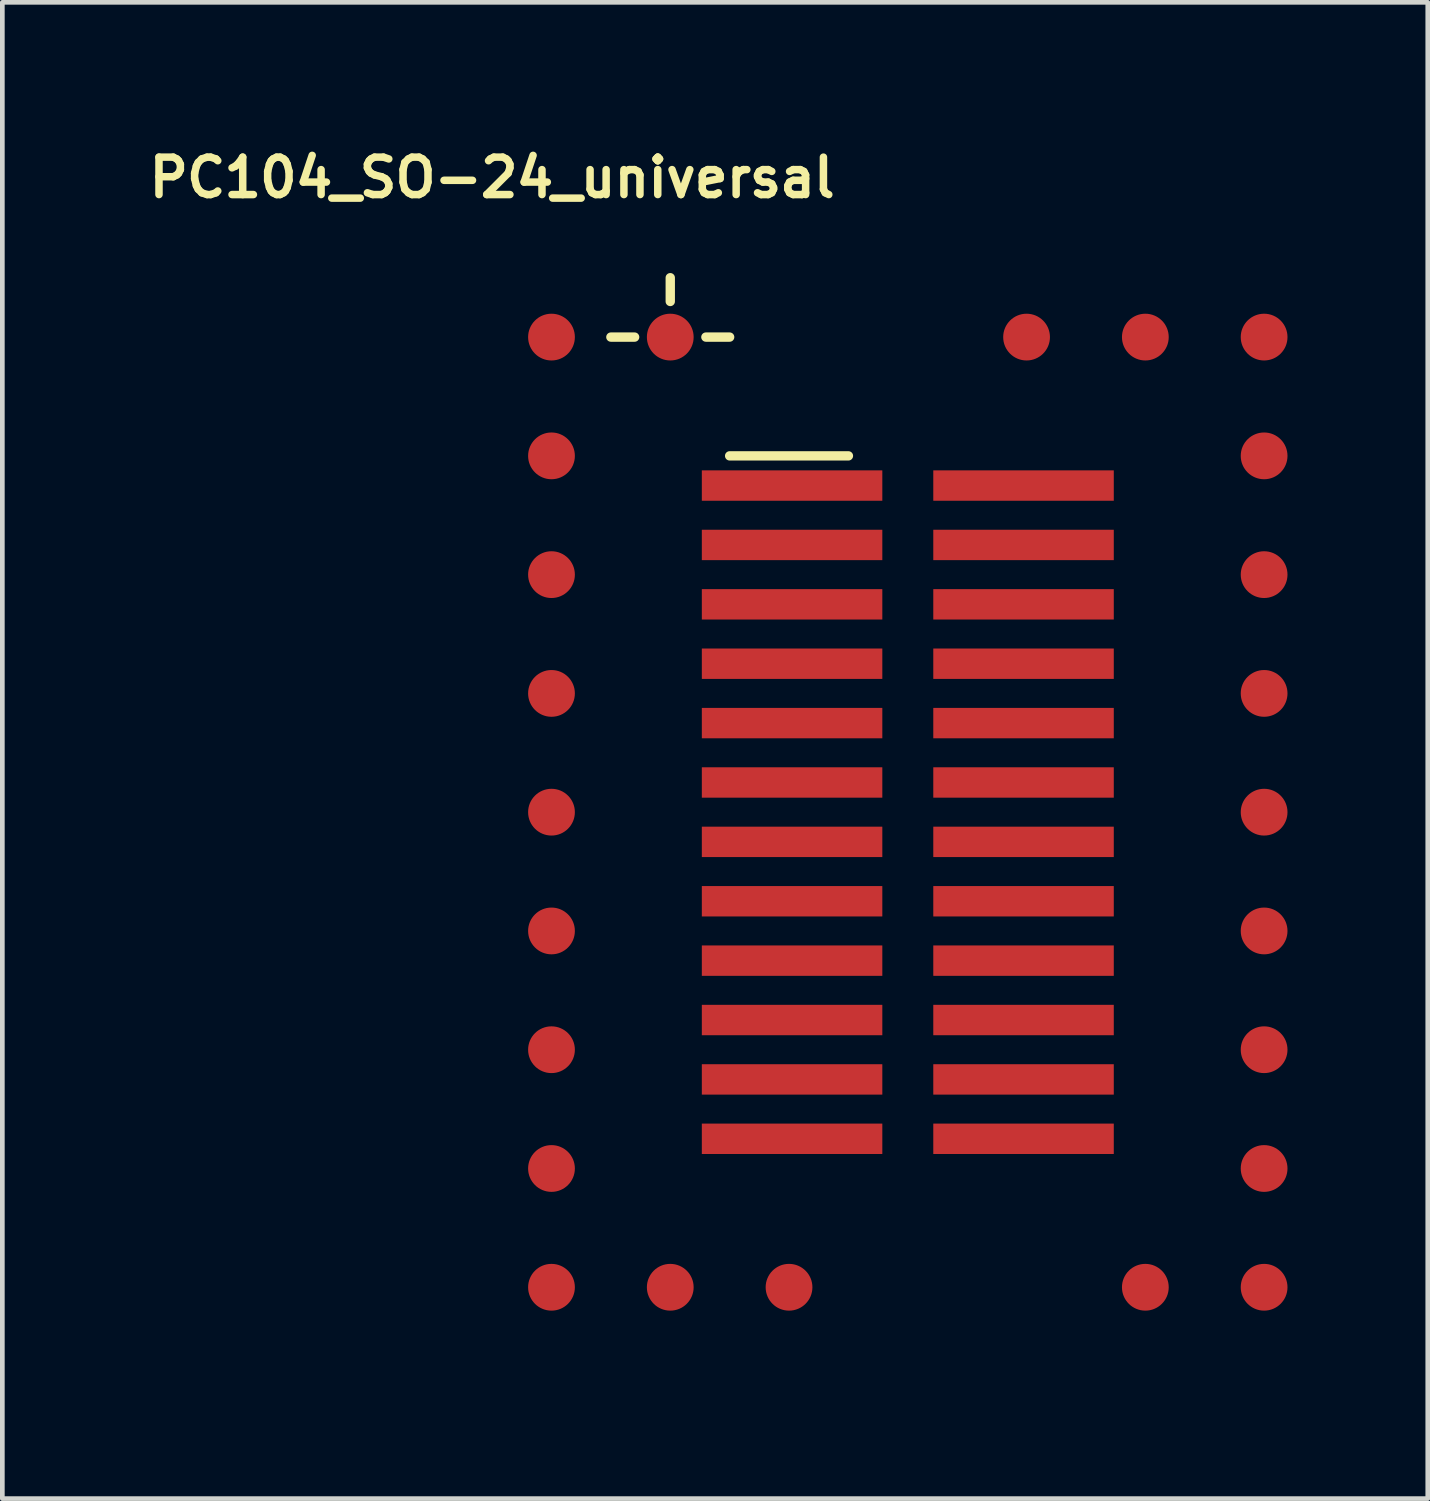
<source format=kicad_pcb>
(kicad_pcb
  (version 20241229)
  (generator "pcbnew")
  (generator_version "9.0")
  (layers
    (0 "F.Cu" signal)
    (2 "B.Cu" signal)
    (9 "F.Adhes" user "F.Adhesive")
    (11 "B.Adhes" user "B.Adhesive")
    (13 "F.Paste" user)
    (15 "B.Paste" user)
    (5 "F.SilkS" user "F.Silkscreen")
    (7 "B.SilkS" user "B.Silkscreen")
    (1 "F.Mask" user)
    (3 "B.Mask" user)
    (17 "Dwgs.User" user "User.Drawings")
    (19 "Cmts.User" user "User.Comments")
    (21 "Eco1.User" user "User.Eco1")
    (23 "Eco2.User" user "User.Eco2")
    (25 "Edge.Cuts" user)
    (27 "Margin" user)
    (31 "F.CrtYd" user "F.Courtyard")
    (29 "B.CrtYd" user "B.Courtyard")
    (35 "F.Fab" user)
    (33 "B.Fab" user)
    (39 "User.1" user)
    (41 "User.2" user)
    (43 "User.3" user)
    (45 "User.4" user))
  (footprint "PC104_SO-24_universal"
    (layer "F.Cu")
    (at 7.474 25.749)
    (property "Reference" "PC104_SO-24_universal" (at 0 -25 0) (layer "F.SilkS") (effects (font (size 0.8 0.8) (thickness 0.16))))
    (attr through_hole)
    (fp_line (start 2.54 -21.59) (end 3.048 -21.59) (stroke (width 0.2) (type solid)) (layer "F.SilkS"))
    (fp_line (start 3.81 -22.86) (end 3.81 -22.352) (stroke (width 0.2) (type solid)) (layer "F.SilkS"))
    (fp_line (start 4.572 -21.59) (end 5.08 -21.59) (stroke (width 0.2) (type solid)) (layer "F.SilkS"))
    (fp_line (start 5.08 -19.05) (end 7.62 -19.05) (stroke (width 0.2) (type solid)) (layer "F.SilkS"))
    (pad "1" smd circle (at 3.81 -21.59) (size 1 1) (layers "F.Cu" "F.Mask"))
    (pad "1" smd rect (at 6.415 -18.415 180) (size 3.86 0.65) (layers "F.Cu" "F.Mask"))
    (pad "2" smd circle (at 1.27 -21.59) (size 1 1) (layers "F.Cu" "F.Mask"))
    (pad "2" smd rect (at 6.415 -17.145 180) (size 3.86 0.65) (layers "F.Cu" "F.Mask"))
    (pad "3" smd circle (at 1.27 -19.05) (size 1 1) (layers "F.Cu" "F.Mask"))
    (pad "3" smd rect (at 6.415 -15.875 180) (size 3.86 0.65) (layers "F.Cu" "F.Mask"))
    (pad "4" smd circle (at 1.27 -16.51) (size 1 1) (layers "F.Cu" "F.Mask"))
    (pad "4" smd rect (at 6.415 -14.605 180) (size 3.86 0.65) (layers "F.Cu" "F.Mask"))
    (pad "5" smd circle (at 1.27 -13.97) (size 1 1) (layers "F.Cu" "F.Mask"))
    (pad "5" smd rect (at 6.415 -13.335 180) (size 3.86 0.65) (layers "F.Cu" "F.Mask"))
    (pad "6" smd circle (at 1.27 -11.43) (size 1 1) (layers "F.Cu" "F.Mask"))
    (pad "6" smd rect (at 6.415 -12.065 180) (size 3.86 0.65) (layers "F.Cu" "F.Mask"))
    (pad "7" smd circle (at 1.27 -8.89) (size 1 1) (layers "F.Cu" "F.Mask"))
    (pad "7" smd rect (at 6.415 -10.795 180) (size 3.86 0.65) (layers "F.Cu" "F.Mask"))
    (pad "8" smd circle (at 1.27 -6.35) (size 1 1) (layers "F.Cu" "F.Mask"))
    (pad "8" smd rect (at 6.415 -9.525 180) (size 3.86 0.65) (layers "F.Cu" "F.Mask"))
    (pad "9" smd circle (at 1.27 -3.81) (size 1 1) (layers "F.Cu" "F.Mask"))
    (pad "9" smd rect (at 6.415 -8.255 180) (size 3.86 0.65) (layers "F.Cu" "F.Mask"))
    (pad "10" smd circle (at 1.27 -1.27) (size 1 1) (layers "F.Cu" "F.Mask"))
    (pad "10" smd rect (at 6.415 -6.985 180) (size 3.86 0.65) (layers "F.Cu" "F.Mask"))
    (pad "11" smd circle (at 3.81 -1.27) (size 1 1) (layers "F.Cu" "F.Mask"))
    (pad "11" smd rect (at 6.415 -5.715 180) (size 3.86 0.65) (layers "F.Cu" "F.Mask"))
    (pad "12" smd circle (at 6.35 -1.27) (size 1 1) (layers "F.Cu" "F.Mask"))
    (pad "12" smd rect (at 6.415 -4.445 180) (size 3.86 0.65) (layers "F.Cu" "F.Mask"))
    (pad "13" smd rect (at 11.365 -4.445 180) (size 3.86 0.65) (layers "F.Cu" "F.Mask"))
    (pad "13" smd circle (at 13.97 -1.27) (size 1 1) (layers "F.Cu" "F.Mask"))
    (pad "14" smd rect (at 11.365 -5.715 180) (size 3.86 0.65) (layers "F.Cu" "F.Mask"))
    (pad "14" smd circle (at 16.51 -1.27) (size 1 1) (layers "F.Cu" "F.Mask"))
    (pad "15" smd rect (at 11.365 -6.985 180) (size 3.86 0.65) (layers "F.Cu" "F.Mask"))
    (pad "15" smd circle (at 16.51 -3.81) (size 1 1) (layers "F.Cu" "F.Mask"))
    (pad "16" smd rect (at 11.365 -8.255 180) (size 3.86 0.65) (layers "F.Cu" "F.Mask"))
    (pad "16" smd circle (at 16.51 -6.35) (size 1 1) (layers "F.Cu" "F.Mask"))
    (pad "17" smd rect (at 11.365 -9.525 180) (size 3.86 0.65) (layers "F.Cu" "F.Mask"))
    (pad "17" smd circle (at 16.51 -8.89) (size 1 1) (layers "F.Cu" "F.Mask"))
    (pad "18" smd rect (at 11.365 -10.795 180) (size 3.86 0.65) (layers "F.Cu" "F.Mask"))
    (pad "18" smd circle (at 16.51 -11.43) (size 1 1) (layers "F.Cu" "F.Mask"))
    (pad "19" smd rect (at 11.365 -12.065 180) (size 3.86 0.65) (layers "F.Cu" "F.Mask"))
    (pad "19" smd circle (at 16.51 -13.97) (size 1 1) (layers "F.Cu" "F.Mask"))
    (pad "20" smd rect (at 11.365 -13.335 180) (size 3.86 0.65) (layers "F.Cu" "F.Mask"))
    (pad "20" smd circle (at 16.51 -16.51) (size 1 1) (layers "F.Cu" "F.Mask"))
    (pad "21" smd rect (at 11.365 -14.605 180) (size 3.86 0.65) (layers "F.Cu" "F.Mask"))
    (pad "21" smd circle (at 16.51 -19.05) (size 1 1) (layers "F.Cu" "F.Mask"))
    (pad "22" smd rect (at 11.365 -15.875 180) (size 3.86 0.65) (layers "F.Cu" "F.Mask"))
    (pad "22" smd circle (at 16.51 -21.59) (size 1 1) (layers "F.Cu" "F.Mask"))
    (pad "23" smd rect (at 11.365 -17.145 180) (size 3.86 0.65) (layers "F.Cu" "F.Mask"))
    (pad "23" smd circle (at 13.97 -21.59) (size 1 1) (layers "F.Cu" "F.Mask"))
    (pad "24" smd rect (at 11.365 -18.415 180) (size 3.86 0.65) (layers "F.Cu" "F.Mask"))
    (pad "24" smd circle (at 11.43 -21.59) (size 1 1) (layers "F.Cu" "F.Mask")))
  (gr_rect
    (start -3 -3)
    (end 27.484 28.999)
    (stroke (width 0.1) (type default))
    (fill no)
    (layer "Edge.Cuts")))
</source>
